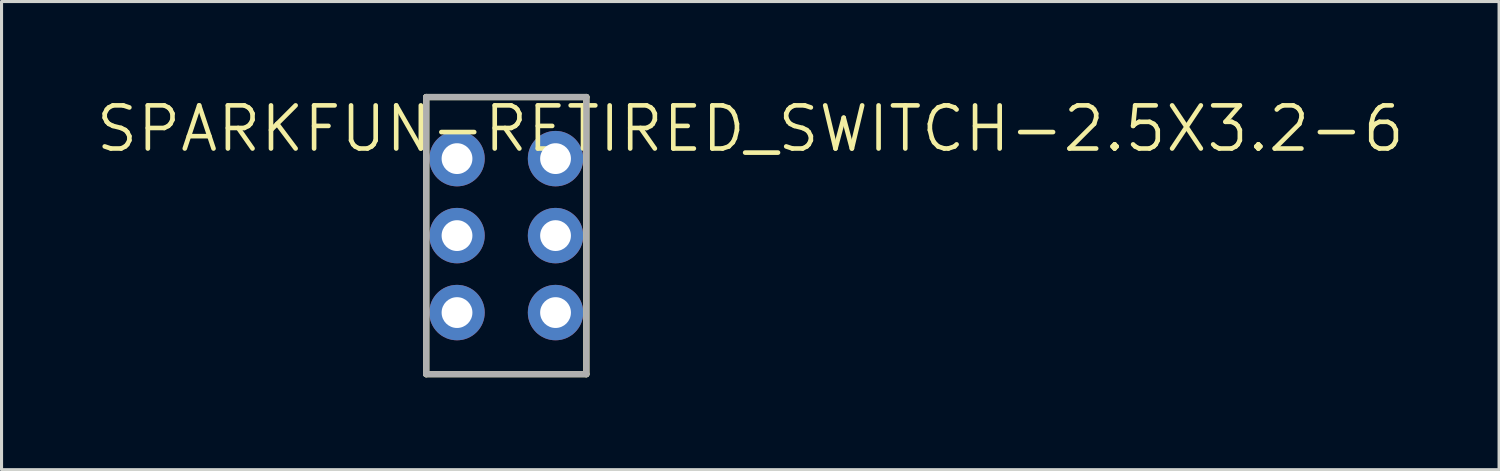
<source format=kicad_pcb>
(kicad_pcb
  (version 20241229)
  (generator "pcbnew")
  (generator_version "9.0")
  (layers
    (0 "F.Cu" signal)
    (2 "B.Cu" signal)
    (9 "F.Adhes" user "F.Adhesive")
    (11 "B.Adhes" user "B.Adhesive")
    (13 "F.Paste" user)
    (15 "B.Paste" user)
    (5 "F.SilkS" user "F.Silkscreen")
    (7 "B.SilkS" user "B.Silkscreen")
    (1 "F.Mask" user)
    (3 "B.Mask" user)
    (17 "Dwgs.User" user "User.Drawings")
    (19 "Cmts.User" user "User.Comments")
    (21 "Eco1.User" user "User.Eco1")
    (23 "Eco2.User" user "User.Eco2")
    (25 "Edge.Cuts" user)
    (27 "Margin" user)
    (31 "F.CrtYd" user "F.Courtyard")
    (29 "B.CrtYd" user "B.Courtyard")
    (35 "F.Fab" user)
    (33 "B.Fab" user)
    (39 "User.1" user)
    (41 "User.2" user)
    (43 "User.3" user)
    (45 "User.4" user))
  (footprint "SPARKFUN-RETIRED_SWITCH-2.5X3.2-6"
    (layer "F.Cu")
    (at 11.793 7.102)
    (property "Reference" "SPARKFUN-RETIRED_SWITCH-2.5X3.2-6" (at 9.525 -5.969 0) (layer "F.SilkS") (effects (font (size 1.4 1.4) (thickness 0.15))))
    (attr through_hole)
    (fp_line (start -1 -7) (end -1 2) (stroke (width 0.203) (type solid)) (layer "F.SilkS"))
    (fp_line (start -1 2) (end 4.2 2) (stroke (width 0.203) (type solid)) (layer "F.SilkS"))
    (fp_line (start 4.2 -7) (end -1 -7) (stroke (width 0.203) (type solid)) (layer "F.SilkS"))
    (fp_line (start 4.2 2) (end 4.2 -7) (stroke (width 0.203) (type solid)) (layer "F.SilkS"))
    (fp_line (start -1 -7) (end -1 2) (stroke (width 0.203) (type solid)) (layer "F.Fab"))
    (fp_line (start -1 2) (end 4.2 2) (stroke (width 0.203) (type solid)) (layer "F.Fab"))
    (fp_line (start 4.2 -7) (end -1 -7) (stroke (width 0.203) (type solid)) (layer "F.Fab"))
    (fp_line (start 4.2 2) (end 4.2 -7) (stroke (width 0.203) (type solid)) (layer "F.Fab"))
    (pad "1" thru_hole circle (at 0 0) (size 1.8 1.8) (drill 1) (layers "*.Cu" "*.Mask"))
    (pad "2" thru_hole circle (at 0 -2.5) (size 1.8 1.8) (drill 1) (layers "*.Cu" "*.Mask"))
    (pad "3" thru_hole circle (at 0 -5) (size 1.8 1.8) (drill 1) (layers "*.Cu" "*.Mask"))
    (pad "4" thru_hole circle (at 3.2 0) (size 1.8 1.8) (drill 1) (layers "*.Cu" "*.Mask"))
    (pad "5" thru_hole circle (at 3.2 -2.5) (size 1.8 1.8) (drill 1) (layers "*.Cu" "*.Mask"))
    (pad "6" thru_hole circle (at 3.2 -5) (size 1.8 1.8) (drill 1) (layers "*.Cu" "*.Mask")))
  (gr_rect
    (start -3 -3)
    (end 45.637 12.203)
    (stroke (width 0.1) (type default))
    (fill no)
    (layer "Edge.Cuts")))
</source>
